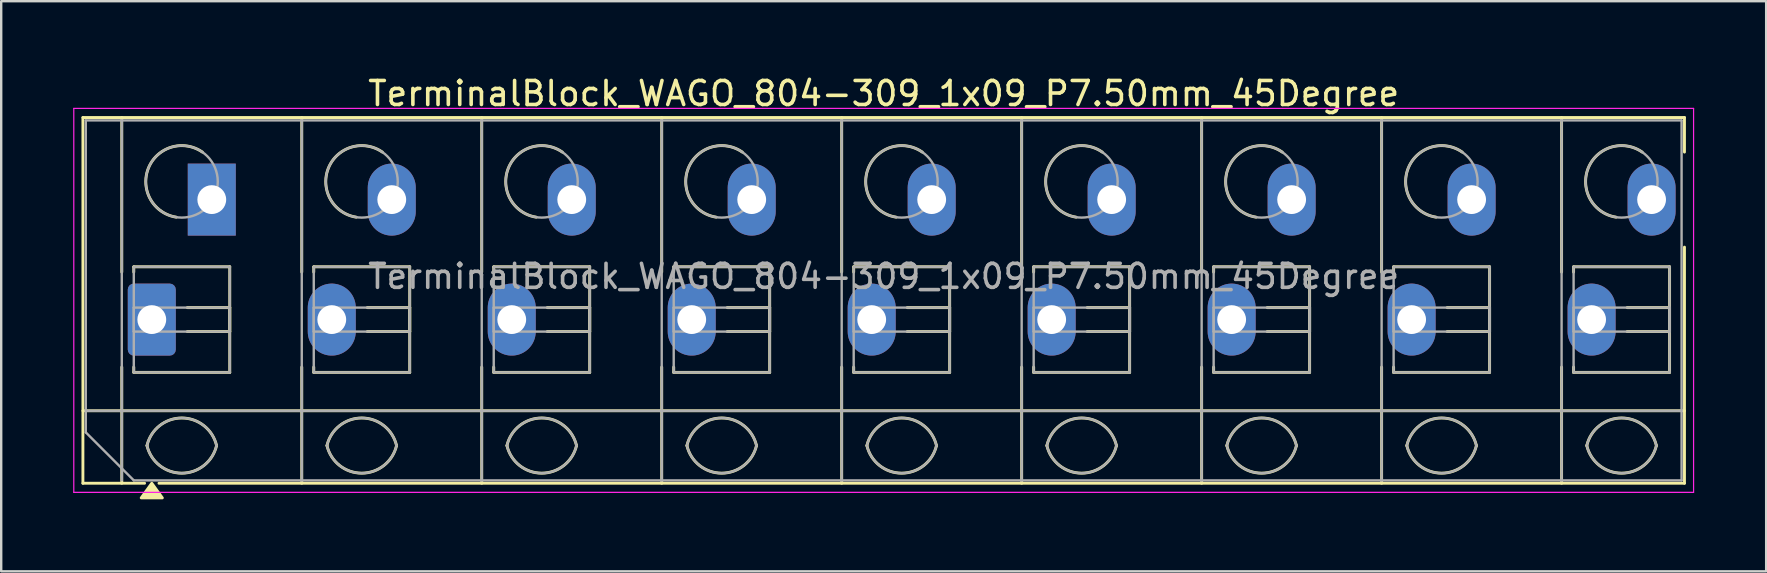
<source format=kicad_pcb>
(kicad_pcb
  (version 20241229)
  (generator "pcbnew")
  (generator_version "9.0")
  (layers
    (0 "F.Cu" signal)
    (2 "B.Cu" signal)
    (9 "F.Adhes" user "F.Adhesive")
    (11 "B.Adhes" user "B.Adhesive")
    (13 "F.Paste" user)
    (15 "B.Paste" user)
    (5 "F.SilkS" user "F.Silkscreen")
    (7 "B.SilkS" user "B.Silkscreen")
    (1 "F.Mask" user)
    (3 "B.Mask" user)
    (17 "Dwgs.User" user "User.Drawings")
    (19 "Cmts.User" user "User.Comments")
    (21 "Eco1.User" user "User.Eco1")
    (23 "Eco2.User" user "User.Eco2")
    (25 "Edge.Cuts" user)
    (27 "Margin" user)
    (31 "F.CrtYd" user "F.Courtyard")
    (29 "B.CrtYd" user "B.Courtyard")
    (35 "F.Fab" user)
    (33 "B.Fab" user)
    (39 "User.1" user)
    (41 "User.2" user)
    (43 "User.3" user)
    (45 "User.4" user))
  (footprint "TerminalBlock_WAGO_804-309_1x09_P7.50mm_45Degree"
    (layer "F.Cu")
    (at 3.275 10.268)
    (property "Reference" "TerminalBlock_WAGO_804-309_1x09_P7.50mm_45Degree" (at 30.5 -9.42 0) (layer "F.SilkS") (effects (font (size 1 1) (thickness 0.15))))
    (attr through_hole)
    (fp_line (start -2.87 -8.42) (end -2.87 6.82) (stroke (width 0.12) (type solid)) (layer "F.SilkS"))
    (fp_line (start -2.87 -8.42) (end 63.87 -8.42) (stroke (width 0.12) (type solid)) (layer "F.SilkS"))
    (fp_line (start -2.87 3.8) (end 63.87 3.8) (stroke (width 0.12) (type solid)) (layer "F.SilkS"))
    (fp_line (start -2.87 6.82) (end -0.3 6.82) (stroke (width 0.12) (type solid)) (layer "F.SilkS"))
    (fp_line (start -1.25 -8.42) (end -1.25 -1.98) (stroke (width 0.12) (type solid)) (layer "F.SilkS"))
    (fp_line (start -1.25 1.98) (end -1.25 6.82) (stroke (width 0.12) (type solid)) (layer "F.SilkS"))
    (fp_line (start -0.75 -2.2) (end -0.75 -1.98) (stroke (width 0.12) (type solid)) (layer "F.SilkS"))
    (fp_line (start -0.75 -2.2) (end 3.25 -2.2) (stroke (width 0.12) (type solid)) (layer "F.SilkS"))
    (fp_line (start -0.75 1.98) (end -0.75 2.2) (stroke (width 0.12) (type solid)) (layer "F.SilkS"))
    (fp_line (start -0.75 2.2) (end 3.25 2.2) (stroke (width 0.12) (type solid)) (layer "F.SilkS"))
    (fp_line (start 0.3 6.82) (end 63.87 6.82) (stroke (width 0.12) (type solid)) (layer "F.SilkS"))
    (fp_line (start 1.48 -0.5) (end 3.25 -0.5) (stroke (width 0.12) (type solid)) (layer "F.SilkS"))
    (fp_line (start 1.48 0.5) (end 3.25 0.5) (stroke (width 0.12) (type solid)) (layer "F.SilkS"))
    (fp_line (start 3.25 -2.2) (end 3.25 2.2) (stroke (width 0.12) (type solid)) (layer "F.SilkS"))
    (fp_line (start 3.25 -0.5) (end 3.25 0.5) (stroke (width 0.12) (type solid)) (layer "F.SilkS"))
    (fp_line (start 6.25 -8.42) (end 6.25 -1.98) (stroke (width 0.12) (type solid)) (layer "F.SilkS"))
    (fp_line (start 6.25 1.98) (end 6.25 6.82) (stroke (width 0.12) (type solid)) (layer "F.SilkS"))
    (fp_line (start 6.75 -2.2) (end 6.75 -1.98) (stroke (width 0.12) (type solid)) (layer "F.SilkS"))
    (fp_line (start 6.75 -2.2) (end 10.75 -2.2) (stroke (width 0.12) (type solid)) (layer "F.SilkS"))
    (fp_line (start 6.75 1.98) (end 6.75 2.2) (stroke (width 0.12) (type solid)) (layer "F.SilkS"))
    (fp_line (start 6.75 2.2) (end 10.75 2.2) (stroke (width 0.12) (type solid)) (layer "F.SilkS"))
    (fp_line (start 8.98 -0.5) (end 10.75 -0.5) (stroke (width 0.12) (type solid)) (layer "F.SilkS"))
    (fp_line (start 8.98 0.5) (end 10.75 0.5) (stroke (width 0.12) (type solid)) (layer "F.SilkS"))
    (fp_line (start 10.75 -2.2) (end 10.75 2.2) (stroke (width 0.12) (type solid)) (layer "F.SilkS"))
    (fp_line (start 10.75 -0.5) (end 10.75 0.5) (stroke (width 0.12) (type solid)) (layer "F.SilkS"))
    (fp_line (start 13.75 -8.42) (end 13.75 -1.98) (stroke (width 0.12) (type solid)) (layer "F.SilkS"))
    (fp_line (start 13.75 1.98) (end 13.75 6.82) (stroke (width 0.12) (type solid)) (layer "F.SilkS"))
    (fp_line (start 14.25 -2.2) (end 14.25 -1.98) (stroke (width 0.12) (type solid)) (layer "F.SilkS"))
    (fp_line (start 14.25 -2.2) (end 18.25 -2.2) (stroke (width 0.12) (type solid)) (layer "F.SilkS"))
    (fp_line (start 14.25 1.98) (end 14.25 2.2) (stroke (width 0.12) (type solid)) (layer "F.SilkS"))
    (fp_line (start 14.25 2.2) (end 18.25 2.2) (stroke (width 0.12) (type solid)) (layer "F.SilkS"))
    (fp_line (start 16.48 -0.5) (end 18.25 -0.5) (stroke (width 0.12) (type solid)) (layer "F.SilkS"))
    (fp_line (start 16.48 0.5) (end 18.25 0.5) (stroke (width 0.12) (type solid)) (layer "F.SilkS"))
    (fp_line (start 18.25 -2.2) (end 18.25 2.2) (stroke (width 0.12) (type solid)) (layer "F.SilkS"))
    (fp_line (start 18.25 -0.5) (end 18.25 0.5) (stroke (width 0.12) (type solid)) (layer "F.SilkS"))
    (fp_line (start 21.25 -8.42) (end 21.25 -1.98) (stroke (width 0.12) (type solid)) (layer "F.SilkS"))
    (fp_line (start 21.25 1.98) (end 21.25 6.82) (stroke (width 0.12) (type solid)) (layer "F.SilkS"))
    (fp_line (start 21.75 -2.2) (end 21.75 -1.98) (stroke (width 0.12) (type solid)) (layer "F.SilkS"))
    (fp_line (start 21.75 -2.2) (end 25.75 -2.2) (stroke (width 0.12) (type solid)) (layer "F.SilkS"))
    (fp_line (start 21.75 1.98) (end 21.75 2.2) (stroke (width 0.12) (type solid)) (layer "F.SilkS"))
    (fp_line (start 21.75 2.2) (end 25.75 2.2) (stroke (width 0.12) (type solid)) (layer "F.SilkS"))
    (fp_line (start 23.98 -0.5) (end 25.75 -0.5) (stroke (width 0.12) (type solid)) (layer "F.SilkS"))
    (fp_line (start 23.98 0.5) (end 25.75 0.5) (stroke (width 0.12) (type solid)) (layer "F.SilkS"))
    (fp_line (start 25.75 -2.2) (end 25.75 2.2) (stroke (width 0.12) (type solid)) (layer "F.SilkS"))
    (fp_line (start 25.75 -0.5) (end 25.75 0.5) (stroke (width 0.12) (type solid)) (layer "F.SilkS"))
    (fp_line (start 28.75 -8.42) (end 28.75 -1.98) (stroke (width 0.12) (type solid)) (layer "F.SilkS"))
    (fp_line (start 28.75 1.98) (end 28.75 6.82) (stroke (width 0.12) (type solid)) (layer "F.SilkS"))
    (fp_line (start 29.25 -2.2) (end 29.25 -1.98) (stroke (width 0.12) (type solid)) (layer "F.SilkS"))
    (fp_line (start 29.25 -2.2) (end 33.25 -2.2) (stroke (width 0.12) (type solid)) (layer "F.SilkS"))
    (fp_line (start 29.25 1.98) (end 29.25 2.2) (stroke (width 0.12) (type solid)) (layer "F.SilkS"))
    (fp_line (start 29.25 2.2) (end 33.25 2.2) (stroke (width 0.12) (type solid)) (layer "F.SilkS"))
    (fp_line (start 31.48 -0.5) (end 33.25 -0.5) (stroke (width 0.12) (type solid)) (layer "F.SilkS"))
    (fp_line (start 31.48 0.5) (end 33.25 0.5) (stroke (width 0.12) (type solid)) (layer "F.SilkS"))
    (fp_line (start 33.25 -2.2) (end 33.25 2.2) (stroke (width 0.12) (type solid)) (layer "F.SilkS"))
    (fp_line (start 33.25 -0.5) (end 33.25 0.5) (stroke (width 0.12) (type solid)) (layer "F.SilkS"))
    (fp_line (start 36.25 -8.42) (end 36.25 -1.98) (stroke (width 0.12) (type solid)) (layer "F.SilkS"))
    (fp_line (start 36.25 1.98) (end 36.25 6.82) (stroke (width 0.12) (type solid)) (layer "F.SilkS"))
    (fp_line (start 36.75 -2.2) (end 36.75 -1.98) (stroke (width 0.12) (type solid)) (layer "F.SilkS"))
    (fp_line (start 36.75 -2.2) (end 40.75 -2.2) (stroke (width 0.12) (type solid)) (layer "F.SilkS"))
    (fp_line (start 36.75 1.98) (end 36.75 2.2) (stroke (width 0.12) (type solid)) (layer "F.SilkS"))
    (fp_line (start 36.75 2.2) (end 40.75 2.2) (stroke (width 0.12) (type solid)) (layer "F.SilkS"))
    (fp_line (start 38.98 -0.5) (end 40.75 -0.5) (stroke (width 0.12) (type solid)) (layer "F.SilkS"))
    (fp_line (start 38.98 0.5) (end 40.75 0.5) (stroke (width 0.12) (type solid)) (layer "F.SilkS"))
    (fp_line (start 40.75 -2.2) (end 40.75 2.2) (stroke (width 0.12) (type solid)) (layer "F.SilkS"))
    (fp_line (start 40.75 -0.5) (end 40.75 0.5) (stroke (width 0.12) (type solid)) (layer "F.SilkS"))
    (fp_line (start 43.75 -8.42) (end 43.75 -1.98) (stroke (width 0.12) (type solid)) (layer "F.SilkS"))
    (fp_line (start 43.75 1.98) (end 43.75 6.82) (stroke (width 0.12) (type solid)) (layer "F.SilkS"))
    (fp_line (start 44.25 -2.2) (end 44.25 -1.98) (stroke (width 0.12) (type solid)) (layer "F.SilkS"))
    (fp_line (start 44.25 -2.2) (end 48.25 -2.2) (stroke (width 0.12) (type solid)) (layer "F.SilkS"))
    (fp_line (start 44.25 1.98) (end 44.25 2.2) (stroke (width 0.12) (type solid)) (layer "F.SilkS"))
    (fp_line (start 44.25 2.2) (end 48.25 2.2) (stroke (width 0.12) (type solid)) (layer "F.SilkS"))
    (fp_line (start 46.48 -0.5) (end 48.25 -0.5) (stroke (width 0.12) (type solid)) (layer "F.SilkS"))
    (fp_line (start 46.48 0.5) (end 48.25 0.5) (stroke (width 0.12) (type solid)) (layer "F.SilkS"))
    (fp_line (start 48.25 -2.2) (end 48.25 2.2) (stroke (width 0.12) (type solid)) (layer "F.SilkS"))
    (fp_line (start 48.25 -0.5) (end 48.25 0.5) (stroke (width 0.12) (type solid)) (layer "F.SilkS"))
    (fp_line (start 51.25 -8.42) (end 51.25 -1.98) (stroke (width 0.12) (type solid)) (layer "F.SilkS"))
    (fp_line (start 51.25 1.98) (end 51.25 6.82) (stroke (width 0.12) (type solid)) (layer "F.SilkS"))
    (fp_line (start 51.75 -2.2) (end 51.75 -1.98) (stroke (width 0.12) (type solid)) (layer "F.SilkS"))
    (fp_line (start 51.75 -2.2) (end 55.75 -2.2) (stroke (width 0.12) (type solid)) (layer "F.SilkS"))
    (fp_line (start 51.75 1.98) (end 51.75 2.2) (stroke (width 0.12) (type solid)) (layer "F.SilkS"))
    (fp_line (start 51.75 2.2) (end 55.75 2.2) (stroke (width 0.12) (type solid)) (layer "F.SilkS"))
    (fp_line (start 53.98 -0.5) (end 55.75 -0.5) (stroke (width 0.12) (type solid)) (layer "F.SilkS"))
    (fp_line (start 53.98 0.5) (end 55.75 0.5) (stroke (width 0.12) (type solid)) (layer "F.SilkS"))
    (fp_line (start 55.75 -2.2) (end 55.75 2.2) (stroke (width 0.12) (type solid)) (layer "F.SilkS"))
    (fp_line (start 55.75 -0.5) (end 55.75 0.5) (stroke (width 0.12) (type solid)) (layer "F.SilkS"))
    (fp_line (start 58.75 -8.42) (end 58.75 -1.98) (stroke (width 0.12) (type solid)) (layer "F.SilkS"))
    (fp_line (start 58.75 1.98) (end 58.75 6.82) (stroke (width 0.12) (type solid)) (layer "F.SilkS"))
    (fp_line (start 59.25 -2.2) (end 59.25 -1.98) (stroke (width 0.12) (type solid)) (layer "F.SilkS"))
    (fp_line (start 59.25 -2.2) (end 63.25 -2.2) (stroke (width 0.12) (type solid)) (layer "F.SilkS"))
    (fp_line (start 59.25 1.98) (end 59.25 2.2) (stroke (width 0.12) (type solid)) (layer "F.SilkS"))
    (fp_line (start 59.25 2.2) (end 63.25 2.2) (stroke (width 0.12) (type solid)) (layer "F.SilkS"))
    (fp_line (start 61.48 -0.5) (end 63.25 -0.5) (stroke (width 0.12) (type solid)) (layer "F.SilkS"))
    (fp_line (start 61.48 0.5) (end 63.25 0.5) (stroke (width 0.12) (type solid)) (layer "F.SilkS"))
    (fp_line (start 63.25 -2.2) (end 63.25 2.2) (stroke (width 0.12) (type solid)) (layer "F.SilkS"))
    (fp_line (start 63.25 -0.5) (end 63.25 0.5) (stroke (width 0.12) (type solid)) (layer "F.SilkS"))
    (fp_line (start 63.87 -8.42) (end 63.87 -6.98) (stroke (width 0.12) (type solid)) (layer "F.SilkS"))
    (fp_line (start 63.87 -3.02) (end 63.87 6.82) (stroke (width 0.12) (type solid)) (layer "F.SilkS"))
    (fp_arc (start -0.2 5.25) (mid 1.25 4.1) (end 2.7 5.25) (stroke (width 0.12) (type solid)) (layer "F.SilkS"))
    (fp_arc (start 1.02 -4.268) (mid -0.141916 -6.309209) (end 2.109 -6.98) (stroke (width 0.12) (type solid)) (layer "F.SilkS"))
    (fp_arc (start 2.7 5.25) (mid 1.25 6.4) (end -0.2 5.25) (stroke (width 0.12) (type solid)) (layer "F.SilkS"))
    (fp_arc (start 7.3 5.25) (mid 8.75 4.1) (end 10.2 5.25) (stroke (width 0.12) (type solid)) (layer "F.SilkS"))
    (fp_arc (start 8.52 -4.268) (mid 7.358084 -6.309209) (end 9.609 -6.98) (stroke (width 0.12) (type solid)) (layer "F.SilkS"))
    (fp_arc (start 10.2 5.25) (mid 8.75 6.4) (end 7.3 5.25) (stroke (width 0.12) (type solid)) (layer "F.SilkS"))
    (fp_arc (start 14.8 5.25) (mid 16.25 4.1) (end 17.7 5.25) (stroke (width 0.12) (type solid)) (layer "F.SilkS"))
    (fp_arc (start 16.02 -4.268) (mid 14.858084 -6.309209) (end 17.109 -6.98) (stroke (width 0.12) (type solid)) (layer "F.SilkS"))
    (fp_arc (start 17.7 5.25) (mid 16.25 6.4) (end 14.8 5.25) (stroke (width 0.12) (type solid)) (layer "F.SilkS"))
    (fp_arc (start 22.3 5.25) (mid 23.75 4.1) (end 25.2 5.25) (stroke (width 0.12) (type solid)) (layer "F.SilkS"))
    (fp_arc (start 23.52 -4.268) (mid 22.358084 -6.309209) (end 24.609 -6.98) (stroke (width 0.12) (type solid)) (layer "F.SilkS"))
    (fp_arc (start 25.2 5.25) (mid 23.75 6.4) (end 22.3 5.25) (stroke (width 0.12) (type solid)) (layer "F.SilkS"))
    (fp_arc (start 29.8 5.25) (mid 31.25 4.1) (end 32.7 5.25) (stroke (width 0.12) (type solid)) (layer "F.SilkS"))
    (fp_arc (start 31.02 -4.268) (mid 29.858084 -6.309209) (end 32.109 -6.98) (stroke (width 0.12) (type solid)) (layer "F.SilkS"))
    (fp_arc (start 32.7 5.25) (mid 31.25 6.4) (end 29.8 5.25) (stroke (width 0.12) (type solid)) (layer "F.SilkS"))
    (fp_arc (start 37.3 5.25) (mid 38.75 4.1) (end 40.2 5.25) (stroke (width 0.12) (type solid)) (layer "F.SilkS"))
    (fp_arc (start 38.52 -4.268) (mid 37.358084 -6.309209) (end 39.609 -6.98) (stroke (width 0.12) (type solid)) (layer "F.SilkS"))
    (fp_arc (start 40.2 5.25) (mid 38.75 6.4) (end 37.3 5.25) (stroke (width 0.12) (type solid)) (layer "F.SilkS"))
    (fp_arc (start 44.8 5.25) (mid 46.25 4.1) (end 47.7 5.25) (stroke (width 0.12) (type solid)) (layer "F.SilkS"))
    (fp_arc (start 46.02 -4.268) (mid 44.858084 -6.309209) (end 47.109 -6.98) (stroke (width 0.12) (type solid)) (layer "F.SilkS"))
    (fp_arc (start 47.7 5.25) (mid 46.25 6.4) (end 44.8 5.25) (stroke (width 0.12) (type solid)) (layer "F.SilkS"))
    (fp_arc (start 52.3 5.25) (mid 53.75 4.1) (end 55.2 5.25) (stroke (width 0.12) (type solid)) (layer "F.SilkS"))
    (fp_arc (start 53.52 -4.268) (mid 52.358084 -6.309209) (end 54.609 -6.98) (stroke (width 0.12) (type solid)) (layer "F.SilkS"))
    (fp_arc (start 55.2 5.25) (mid 53.75 6.4) (end 52.3 5.25) (stroke (width 0.12) (type solid)) (layer "F.SilkS"))
    (fp_arc (start 59.8 5.25) (mid 61.25 4.1) (end 62.7 5.25) (stroke (width 0.12) (type solid)) (layer "F.SilkS"))
    (fp_arc (start 61.02 -4.268) (mid 59.858084 -6.309209) (end 62.109 -6.98) (stroke (width 0.12) (type solid)) (layer "F.SilkS"))
    (fp_arc (start 62.7 5.25) (mid 61.25 6.4) (end 59.8 5.25) (stroke (width 0.12) (type solid)) (layer "F.SilkS"))
    (fp_poly (pts (xy 0 6.82) (xy 0.44 7.43) (xy -0.44 7.43)) (stroke (width 0.12) (type solid)) (fill yes) (layer "F.SilkS"))
    (fp_line (start -3.25 -8.8) (end -3.25 7.2) (stroke (width 0.05) (type solid)) (layer "F.CrtYd"))
    (fp_line (start -3.25 7.2) (end 64.25 7.2) (stroke (width 0.05) (type solid)) (layer "F.CrtYd"))
    (fp_line (start 64.25 -8.8) (end -3.25 -8.8) (stroke (width 0.05) (type solid)) (layer "F.CrtYd"))
    (fp_line (start 64.25 7.2) (end 64.25 -8.8) (stroke (width 0.05) (type solid)) (layer "F.CrtYd"))
    (fp_line (start -2.75 -8.3) (end 63.75 -8.3) (stroke (width 0.1) (type solid)) (layer "F.Fab"))
    (fp_line (start -2.75 3.8) (end 63.75 3.8) (stroke (width 0.1) (type solid)) (layer "F.Fab"))
    (fp_line (start -2.75 4.7) (end -2.75 -8.3) (stroke (width 0.1) (type solid)) (layer "F.Fab"))
    (fp_line (start -1.25 -8.3) (end -1.25 6.7) (stroke (width 0.1) (type solid)) (layer "F.Fab"))
    (fp_line (start -0.75 -2.2) (end -0.75 2.2) (stroke (width 0.1) (type solid)) (layer "F.Fab"))
    (fp_line (start -0.75 -0.5) (end -0.75 0.5) (stroke (width 0.1) (type solid)) (layer "F.Fab"))
    (fp_line (start -0.75 0.5) (end 3.25 0.5) (stroke (width 0.1) (type solid)) (layer "F.Fab"))
    (fp_line (start -0.75 2.2) (end 3.25 2.2) (stroke (width 0.1) (type solid)) (layer "F.Fab"))
    (fp_line (start -0.75 6.7) (end -2.75 4.7) (stroke (width 0.1) (type solid)) (layer "F.Fab"))
    (fp_line (start 3.25 -2.2) (end -0.75 -2.2) (stroke (width 0.1) (type solid)) (layer "F.Fab"))
    (fp_line (start 3.25 -0.5) (end -0.75 -0.5) (stroke (width 0.1) (type solid)) (layer "F.Fab"))
    (fp_line (start 3.25 0.5) (end 3.25 -0.5) (stroke (width 0.1) (type solid)) (layer "F.Fab"))
    (fp_line (start 3.25 2.2) (end 3.25 -2.2) (stroke (width 0.1) (type solid)) (layer "F.Fab"))
    (fp_line (start 6.25 -8.3) (end 6.25 6.7) (stroke (width 0.1) (type solid)) (layer "F.Fab"))
    (fp_line (start 6.75 -2.2) (end 6.75 2.2) (stroke (width 0.1) (type solid)) (layer "F.Fab"))
    (fp_line (start 6.75 -0.5) (end 6.75 0.5) (stroke (width 0.1) (type solid)) (layer "F.Fab"))
    (fp_line (start 6.75 0.5) (end 10.75 0.5) (stroke (width 0.1) (type solid)) (layer "F.Fab"))
    (fp_line (start 6.75 2.2) (end 10.75 2.2) (stroke (width 0.1) (type solid)) (layer "F.Fab"))
    (fp_line (start 10.75 -2.2) (end 6.75 -2.2) (stroke (width 0.1) (type solid)) (layer "F.Fab"))
    (fp_line (start 10.75 -0.5) (end 6.75 -0.5) (stroke (width 0.1) (type solid)) (layer "F.Fab"))
    (fp_line (start 10.75 0.5) (end 10.75 -0.5) (stroke (width 0.1) (type solid)) (layer "F.Fab"))
    (fp_line (start 10.75 2.2) (end 10.75 -2.2) (stroke (width 0.1) (type solid)) (layer "F.Fab"))
    (fp_line (start 13.75 -8.3) (end 13.75 6.7) (stroke (width 0.1) (type solid)) (layer "F.Fab"))
    (fp_line (start 14.25 -2.2) (end 14.25 2.2) (stroke (width 0.1) (type solid)) (layer "F.Fab"))
    (fp_line (start 14.25 -0.5) (end 14.25 0.5) (stroke (width 0.1) (type solid)) (layer "F.Fab"))
    (fp_line (start 14.25 0.5) (end 18.25 0.5) (stroke (width 0.1) (type solid)) (layer "F.Fab"))
    (fp_line (start 14.25 2.2) (end 18.25 2.2) (stroke (width 0.1) (type solid)) (layer "F.Fab"))
    (fp_line (start 18.25 -2.2) (end 14.25 -2.2) (stroke (width 0.1) (type solid)) (layer "F.Fab"))
    (fp_line (start 18.25 -0.5) (end 14.25 -0.5) (stroke (width 0.1) (type solid)) (layer "F.Fab"))
    (fp_line (start 18.25 0.5) (end 18.25 -0.5) (stroke (width 0.1) (type solid)) (layer "F.Fab"))
    (fp_line (start 18.25 2.2) (end 18.25 -2.2) (stroke (width 0.1) (type solid)) (layer "F.Fab"))
    (fp_line (start 21.25 -8.3) (end 21.25 6.7) (stroke (width 0.1) (type solid)) (layer "F.Fab"))
    (fp_line (start 21.75 -2.2) (end 21.75 2.2) (stroke (width 0.1) (type solid)) (layer "F.Fab"))
    (fp_line (start 21.75 -0.5) (end 21.75 0.5) (stroke (width 0.1) (type solid)) (layer "F.Fab"))
    (fp_line (start 21.75 0.5) (end 25.75 0.5) (stroke (width 0.1) (type solid)) (layer "F.Fab"))
    (fp_line (start 21.75 2.2) (end 25.75 2.2) (stroke (width 0.1) (type solid)) (layer "F.Fab"))
    (fp_line (start 25.75 -2.2) (end 21.75 -2.2) (stroke (width 0.1) (type solid)) (layer "F.Fab"))
    (fp_line (start 25.75 -0.5) (end 21.75 -0.5) (stroke (width 0.1) (type solid)) (layer "F.Fab"))
    (fp_line (start 25.75 0.5) (end 25.75 -0.5) (stroke (width 0.1) (type solid)) (layer "F.Fab"))
    (fp_line (start 25.75 2.2) (end 25.75 -2.2) (stroke (width 0.1) (type solid)) (layer "F.Fab"))
    (fp_line (start 28.75 -8.3) (end 28.75 6.7) (stroke (width 0.1) (type solid)) (layer "F.Fab"))
    (fp_line (start 29.25 -2.2) (end 29.25 2.2) (stroke (width 0.1) (type solid)) (layer "F.Fab"))
    (fp_line (start 29.25 -0.5) (end 29.25 0.5) (stroke (width 0.1) (type solid)) (layer "F.Fab"))
    (fp_line (start 29.25 0.5) (end 33.25 0.5) (stroke (width 0.1) (type solid)) (layer "F.Fab"))
    (fp_line (start 29.25 2.2) (end 33.25 2.2) (stroke (width 0.1) (type solid)) (layer "F.Fab"))
    (fp_line (start 33.25 -2.2) (end 29.25 -2.2) (stroke (width 0.1) (type solid)) (layer "F.Fab"))
    (fp_line (start 33.25 -0.5) (end 29.25 -0.5) (stroke (width 0.1) (type solid)) (layer "F.Fab"))
    (fp_line (start 33.25 0.5) (end 33.25 -0.5) (stroke (width 0.1) (type solid)) (layer "F.Fab"))
    (fp_line (start 33.25 2.2) (end 33.25 -2.2) (stroke (width 0.1) (type solid)) (layer "F.Fab"))
    (fp_line (start 36.25 -8.3) (end 36.25 6.7) (stroke (width 0.1) (type solid)) (layer "F.Fab"))
    (fp_line (start 36.75 -2.2) (end 36.75 2.2) (stroke (width 0.1) (type solid)) (layer "F.Fab"))
    (fp_line (start 36.75 -0.5) (end 36.75 0.5) (stroke (width 0.1) (type solid)) (layer "F.Fab"))
    (fp_line (start 36.75 0.5) (end 40.75 0.5) (stroke (width 0.1) (type solid)) (layer "F.Fab"))
    (fp_line (start 36.75 2.2) (end 40.75 2.2) (stroke (width 0.1) (type solid)) (layer "F.Fab"))
    (fp_line (start 40.75 -2.2) (end 36.75 -2.2) (stroke (width 0.1) (type solid)) (layer "F.Fab"))
    (fp_line (start 40.75 -0.5) (end 36.75 -0.5) (stroke (width 0.1) (type solid)) (layer "F.Fab"))
    (fp_line (start 40.75 0.5) (end 40.75 -0.5) (stroke (width 0.1) (type solid)) (layer "F.Fab"))
    (fp_line (start 40.75 2.2) (end 40.75 -2.2) (stroke (width 0.1) (type solid)) (layer "F.Fab"))
    (fp_line (start 43.75 -8.3) (end 43.75 6.7) (stroke (width 0.1) (type solid)) (layer "F.Fab"))
    (fp_line (start 44.25 -2.2) (end 44.25 2.2) (stroke (width 0.1) (type solid)) (layer "F.Fab"))
    (fp_line (start 44.25 -0.5) (end 44.25 0.5) (stroke (width 0.1) (type solid)) (layer "F.Fab"))
    (fp_line (start 44.25 0.5) (end 48.25 0.5) (stroke (width 0.1) (type solid)) (layer "F.Fab"))
    (fp_line (start 44.25 2.2) (end 48.25 2.2) (stroke (width 0.1) (type solid)) (layer "F.Fab"))
    (fp_line (start 48.25 -2.2) (end 44.25 -2.2) (stroke (width 0.1) (type solid)) (layer "F.Fab"))
    (fp_line (start 48.25 -0.5) (end 44.25 -0.5) (stroke (width 0.1) (type solid)) (layer "F.Fab"))
    (fp_line (start 48.25 0.5) (end 48.25 -0.5) (stroke (width 0.1) (type solid)) (layer "F.Fab"))
    (fp_line (start 48.25 2.2) (end 48.25 -2.2) (stroke (width 0.1) (type solid)) (layer "F.Fab"))
    (fp_line (start 51.25 -8.3) (end 51.25 6.7) (stroke (width 0.1) (type solid)) (layer "F.Fab"))
    (fp_line (start 51.75 -2.2) (end 51.75 2.2) (stroke (width 0.1) (type solid)) (layer "F.Fab"))
    (fp_line (start 51.75 -0.5) (end 51.75 0.5) (stroke (width 0.1) (type solid)) (layer "F.Fab"))
    (fp_line (start 51.75 0.5) (end 55.75 0.5) (stroke (width 0.1) (type solid)) (layer "F.Fab"))
    (fp_line (start 51.75 2.2) (end 55.75 2.2) (stroke (width 0.1) (type solid)) (layer "F.Fab"))
    (fp_line (start 55.75 -2.2) (end 51.75 -2.2) (stroke (width 0.1) (type solid)) (layer "F.Fab"))
    (fp_line (start 55.75 -0.5) (end 51.75 -0.5) (stroke (width 0.1) (type solid)) (layer "F.Fab"))
    (fp_line (start 55.75 0.5) (end 55.75 -0.5) (stroke (width 0.1) (type solid)) (layer "F.Fab"))
    (fp_line (start 55.75 2.2) (end 55.75 -2.2) (stroke (width 0.1) (type solid)) (layer "F.Fab"))
    (fp_line (start 58.75 -8.3) (end 58.75 6.7) (stroke (width 0.1) (type solid)) (layer "F.Fab"))
    (fp_line (start 59.25 -2.2) (end 59.25 2.2) (stroke (width 0.1) (type solid)) (layer "F.Fab"))
    (fp_line (start 59.25 -0.5) (end 59.25 0.5) (stroke (width 0.1) (type solid)) (layer "F.Fab"))
    (fp_line (start 59.25 0.5) (end 63.25 0.5) (stroke (width 0.1) (type solid)) (layer "F.Fab"))
    (fp_line (start 59.25 2.2) (end 63.25 2.2) (stroke (width 0.1) (type solid)) (layer "F.Fab"))
    (fp_line (start 63.25 -2.2) (end 59.25 -2.2) (stroke (width 0.1) (type solid)) (layer "F.Fab"))
    (fp_line (start 63.25 -0.5) (end 59.25 -0.5) (stroke (width 0.1) (type solid)) (layer "F.Fab"))
    (fp_line (start 63.25 0.5) (end 63.25 -0.5) (stroke (width 0.1) (type solid)) (layer "F.Fab"))
    (fp_line (start 63.25 2.2) (end 63.25 -2.2) (stroke (width 0.1) (type solid)) (layer "F.Fab"))
    (fp_line (start 63.75 -8.3) (end 63.75 6.7) (stroke (width 0.1) (type solid)) (layer "F.Fab"))
    (fp_line (start 63.75 6.7) (end -0.75 6.7) (stroke (width 0.1) (type solid)) (layer "F.Fab"))
    (fp_arc (start -0.2 5.25) (mid 1.25 4.1) (end 2.7 5.25) (stroke (width 0.1) (type solid)) (layer "F.Fab"))
    (fp_arc (start 2.7 5.25) (mid 1.25 6.4) (end -0.2 5.25) (stroke (width 0.1) (type solid)) (layer "F.Fab"))
    (fp_arc (start 7.3 5.25) (mid 8.75 4.1) (end 10.2 5.25) (stroke (width 0.1) (type solid)) (layer "F.Fab"))
    (fp_arc (start 10.2 5.25) (mid 8.75 6.4) (end 7.3 5.25) (stroke (width 0.1) (type solid)) (layer "F.Fab"))
    (fp_arc (start 14.8 5.25) (mid 16.25 4.1) (end 17.7 5.25) (stroke (width 0.1) (type solid)) (layer "F.Fab"))
    (fp_arc (start 17.7 5.25) (mid 16.25 6.4) (end 14.8 5.25) (stroke (width 0.1) (type solid)) (layer "F.Fab"))
    (fp_arc (start 22.3 5.25) (mid 23.75 4.1) (end 25.2 5.25) (stroke (width 0.1) (type solid)) (layer "F.Fab"))
    (fp_arc (start 25.2 5.25) (mid 23.75 6.4) (end 22.3 5.25) (stroke (width 0.1) (type solid)) (layer "F.Fab"))
    (fp_arc (start 29.8 5.25) (mid 31.25 4.1) (end 32.7 5.25) (stroke (width 0.1) (type solid)) (layer "F.Fab"))
    (fp_arc (start 32.7 5.25) (mid 31.25 6.4) (end 29.8 5.25) (stroke (width 0.1) (type solid)) (layer "F.Fab"))
    (fp_arc (start 37.3 5.25) (mid 38.75 4.1) (end 40.2 5.25) (stroke (width 0.1) (type solid)) (layer "F.Fab"))
    (fp_arc (start 40.2 5.25) (mid 38.75 6.4) (end 37.3 5.25) (stroke (width 0.1) (type solid)) (layer "F.Fab"))
    (fp_arc (start 44.8 5.25) (mid 46.25 4.1) (end 47.7 5.25) (stroke (width 0.1) (type solid)) (layer "F.Fab"))
    (fp_arc (start 47.7 5.25) (mid 46.25 6.4) (end 44.8 5.25) (stroke (width 0.1) (type solid)) (layer "F.Fab"))
    (fp_arc (start 52.3 5.25) (mid 53.75 4.1) (end 55.2 5.25) (stroke (width 0.1) (type solid)) (layer "F.Fab"))
    (fp_arc (start 55.2 5.25) (mid 53.75 6.4) (end 52.3 5.25) (stroke (width 0.1) (type solid)) (layer "F.Fab"))
    (fp_arc (start 59.8 5.25) (mid 61.25 4.1) (end 62.7 5.25) (stroke (width 0.1) (type solid)) (layer "F.Fab"))
    (fp_arc (start 62.7 5.25) (mid 61.25 6.4) (end 59.8 5.25) (stroke (width 0.1) (type solid)) (layer "F.Fab"))
    (fp_circle (center 1.25 -5.75) (end 2.75 -5.75) (stroke (width 0.1) (type solid)) (fill no) (layer "F.Fab"))
    (fp_circle (center 8.75 -5.75) (end 10.25 -5.75) (stroke (width 0.1) (type solid)) (fill no) (layer "F.Fab"))
    (fp_circle (center 16.25 -5.75) (end 17.75 -5.75) (stroke (width 0.1) (type solid)) (fill no) (layer "F.Fab"))
    (fp_circle (center 23.75 -5.75) (end 25.25 -5.75) (stroke (width 0.1) (type solid)) (fill no) (layer "F.Fab"))
    (fp_circle (center 31.25 -5.75) (end 32.75 -5.75) (stroke (width 0.1) (type solid)) (fill no) (layer "F.Fab"))
    (fp_circle (center 38.75 -5.75) (end 40.25 -5.75) (stroke (width 0.1) (type solid)) (fill no) (layer "F.Fab"))
    (fp_circle (center 46.25 -5.75) (end 47.75 -5.75) (stroke (width 0.1) (type solid)) (fill no) (layer "F.Fab"))
    (fp_circle (center 53.75 -5.75) (end 55.25 -5.75) (stroke (width 0.1) (type solid)) (fill no) (layer "F.Fab"))
    (fp_circle (center 61.25 -5.75) (end 62.75 -5.75) (stroke (width 0.1) (type solid)) (fill no) (layer "F.Fab"))
    (fp_text user "${REFERENCE}" (at 30.5 -1.8 0) (layer "F.Fab") (effects (font (size 1 1) (thickness 0.15))))
    (pad "1" thru_hole roundrect (at 0 0) (size 2 3) (drill 1.2) (layers "*.Cu" "*.Mask") (roundrect_rratio 0.125))
    (pad "1" thru_hole rect (at 2.5 -5) (size 2 3) (drill 1.2) (layers "*.Cu" "*.Mask"))
    (pad "2" thru_hole oval (at 7.5 0) (size 2 3) (drill 1.2) (layers "*.Cu" "*.Mask"))
    (pad "2" thru_hole oval (at 10 -5) (size 2 3) (drill 1.2) (layers "*.Cu" "*.Mask"))
    (pad "3" thru_hole oval (at 15 0) (size 2 3) (drill 1.2) (layers "*.Cu" "*.Mask"))
    (pad "3" thru_hole oval (at 17.5 -5) (size 2 3) (drill 1.2) (layers "*.Cu" "*.Mask"))
    (pad "4" thru_hole oval (at 22.5 0) (size 2 3) (drill 1.2) (layers "*.Cu" "*.Mask"))
    (pad "4" thru_hole oval (at 25 -5) (size 2 3) (drill 1.2) (layers "*.Cu" "*.Mask"))
    (pad "5" thru_hole oval (at 30 0) (size 2 3) (drill 1.2) (layers "*.Cu" "*.Mask"))
    (pad "5" thru_hole oval (at 32.5 -5) (size 2 3) (drill 1.2) (layers "*.Cu" "*.Mask"))
    (pad "6" thru_hole oval (at 37.5 0) (size 2 3) (drill 1.2) (layers "*.Cu" "*.Mask"))
    (pad "6" thru_hole oval (at 40 -5) (size 2 3) (drill 1.2) (layers "*.Cu" "*.Mask"))
    (pad "7" thru_hole oval (at 45 0) (size 2 3) (drill 1.2) (layers "*.Cu" "*.Mask"))
    (pad "7" thru_hole oval (at 47.5 -5) (size 2 3) (drill 1.2) (layers "*.Cu" "*.Mask"))
    (pad "8" thru_hole oval (at 52.5 0) (size 2 3) (drill 1.2) (layers "*.Cu" "*.Mask"))
    (pad "8" thru_hole oval (at 55 -5) (size 2 3) (drill 1.2) (layers "*.Cu" "*.Mask"))
    (pad "9" thru_hole oval (at 60 0) (size 2 3) (drill 1.2) (layers "*.Cu" "*.Mask"))
    (pad "9" thru_hole oval (at 62.5 -5) (size 2 3) (drill 1.2) (layers "*.Cu" "*.Mask")))
  (gr_rect
    (start -3 -3)
    (end 70.55 20.758)
    (stroke (width 0.1) (type default))
    (fill no)
    (layer "Edge.Cuts")))
</source>
